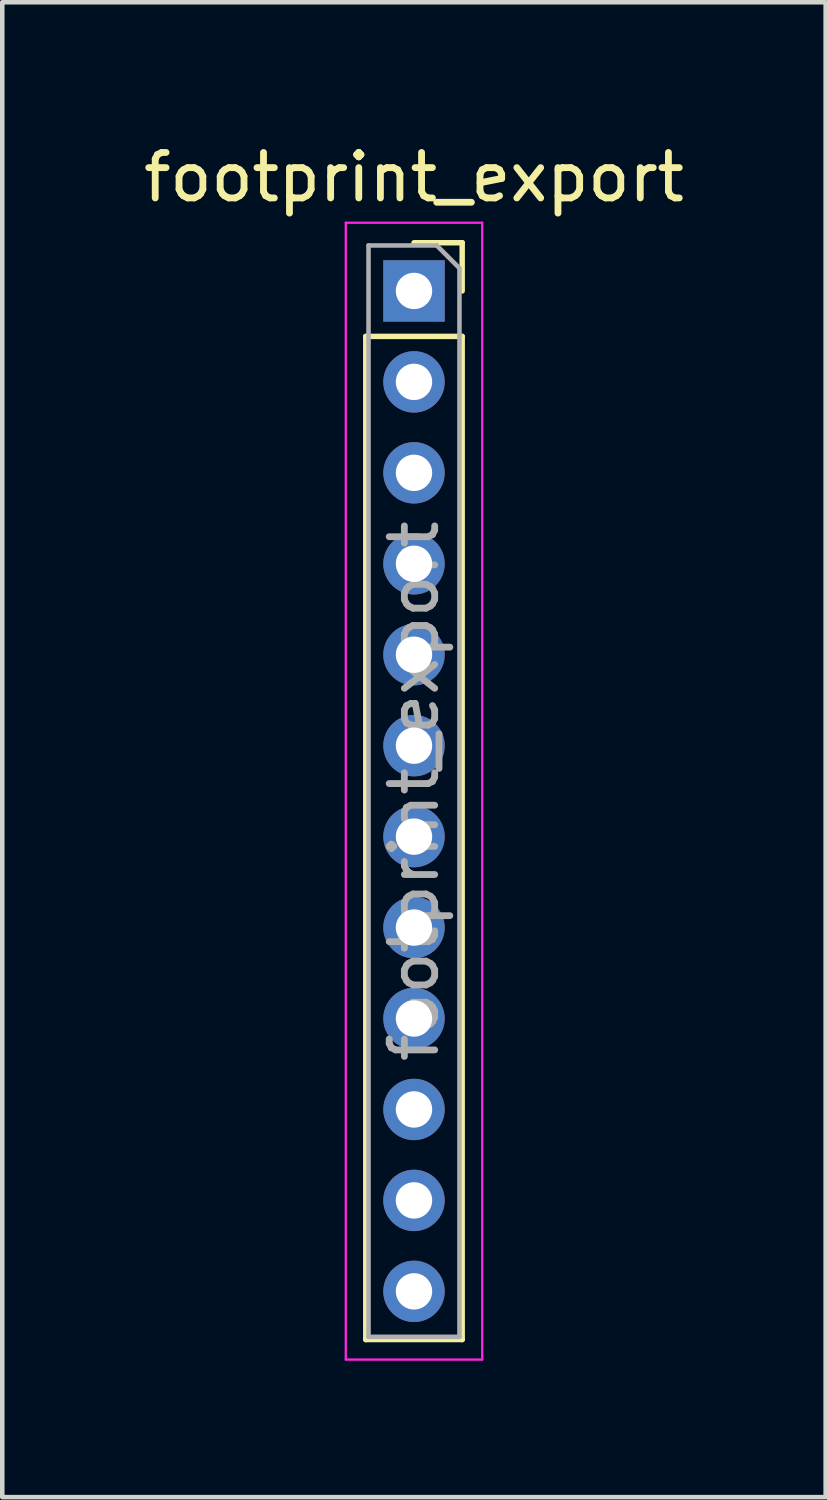
<source format=kicad_pcb>
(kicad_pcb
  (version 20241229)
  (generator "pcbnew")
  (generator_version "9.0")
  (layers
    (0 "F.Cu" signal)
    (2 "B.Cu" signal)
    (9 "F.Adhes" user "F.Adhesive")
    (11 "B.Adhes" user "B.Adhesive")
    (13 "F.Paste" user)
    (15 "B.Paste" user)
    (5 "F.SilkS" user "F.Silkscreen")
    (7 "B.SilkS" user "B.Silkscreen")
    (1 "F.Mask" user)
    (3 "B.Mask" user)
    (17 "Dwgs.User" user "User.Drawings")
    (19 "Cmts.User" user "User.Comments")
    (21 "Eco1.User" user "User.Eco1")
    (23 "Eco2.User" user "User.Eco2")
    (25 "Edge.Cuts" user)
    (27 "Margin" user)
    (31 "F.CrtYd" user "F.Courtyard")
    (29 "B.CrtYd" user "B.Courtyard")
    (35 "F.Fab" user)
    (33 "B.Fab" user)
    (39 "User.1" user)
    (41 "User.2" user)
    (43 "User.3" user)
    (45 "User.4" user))
  (footprint "footprint_export"
    (layer "F.Cu")
    (at 6.054 3.348)
    (property "Reference" "footprint_export" (at 0 -2.5 0) (layer "F.SilkS") (effects (font (size 1 1) (thickness 0.15))))
    (attr through_hole)
    (fp_line (start -1.06 1) (end -1.06 23.06) (stroke (width 0.12) (type solid)) (layer "F.SilkS"))
    (fp_line (start -1.06 1) (end 1.06 1) (stroke (width 0.12) (type solid)) (layer "F.SilkS"))
    (fp_line (start -1.06 23.06) (end 1.06 23.06) (stroke (width 0.12) (type solid)) (layer "F.SilkS"))
    (fp_line (start 0 -1.06) (end 1.06 -1.06) (stroke (width 0.12) (type solid)) (layer "F.SilkS"))
    (fp_line (start 1.06 -1.06) (end 1.06 0) (stroke (width 0.12) (type solid)) (layer "F.SilkS"))
    (fp_line (start 1.06 1) (end 1.06 23.06) (stroke (width 0.12) (type solid)) (layer "F.SilkS"))
    (fp_line (start -1.5 -1.5) (end 1.5 -1.5) (stroke (width 0.05) (type solid)) (layer "F.CrtYd"))
    (fp_line (start -1.5 23.5) (end -1.5 -1.5) (stroke (width 0.05) (type solid)) (layer "F.CrtYd"))
    (fp_line (start 1.5 -1.5) (end 1.5 23.5) (stroke (width 0.05) (type solid)) (layer "F.CrtYd"))
    (fp_line (start 1.5 23.5) (end -1.5 23.5) (stroke (width 0.05) (type solid)) (layer "F.CrtYd"))
    (fp_line (start -1 -1) (end 0.5 -1) (stroke (width 0.1) (type solid)) (layer "F.Fab"))
    (fp_line (start -1 23) (end -1 -1) (stroke (width 0.1) (type solid)) (layer "F.Fab"))
    (fp_line (start 0.5 -1) (end 1 -0.5) (stroke (width 0.1) (type solid)) (layer "F.Fab"))
    (fp_line (start 1 -0.5) (end 1 23) (stroke (width 0.1) (type solid)) (layer "F.Fab"))
    (fp_line (start 1 23) (end -1 23) (stroke (width 0.1) (type solid)) (layer "F.Fab"))
    (fp_text user "${REFERENCE}" (at 0 11 90) (layer "F.Fab") (effects (font (size 1 1) (thickness 0.15))))
    (pad "1" thru_hole rect (at 0 0) (size 1.35 1.35) (drill 0.8) (layers "*.Cu" "*.Mask"))
    (pad "2" thru_hole oval (at 0 2) (size 1.35 1.35) (drill 0.8) (layers "*.Cu" "*.Mask"))
    (pad "3" thru_hole oval (at 0 4) (size 1.35 1.35) (drill 0.8) (layers "*.Cu" "*.Mask"))
    (pad "4" thru_hole oval (at 0 6) (size 1.35 1.35) (drill 0.8) (layers "*.Cu" "*.Mask"))
    (pad "5" thru_hole oval (at 0 8) (size 1.35 1.35) (drill 0.8) (layers "*.Cu" "*.Mask"))
    (pad "6" thru_hole oval (at 0 10) (size 1.35 1.35) (drill 0.8) (layers "*.Cu" "*.Mask"))
    (pad "7" thru_hole oval (at 0 12) (size 1.35 1.35) (drill 0.8) (layers "*.Cu" "*.Mask"))
    (pad "8" thru_hole oval (at 0 14) (size 1.35 1.35) (drill 0.8) (layers "*.Cu" "*.Mask"))
    (pad "9" thru_hole oval (at 0 16) (size 1.35 1.35) (drill 0.8) (layers "*.Cu" "*.Mask"))
    (pad "10" thru_hole oval (at 0 18) (size 1.35 1.35) (drill 0.8) (layers "*.Cu" "*.Mask"))
    (pad "11" thru_hole oval (at 0 20) (size 1.35 1.35) (drill 0.8) (layers "*.Cu" "*.Mask"))
    (pad "12" thru_hole oval (at 0 22) (size 1.35 1.35) (drill 0.8) (layers "*.Cu" "*.Mask")))
  (gr_rect
    (start -3 -3)
    (end 15.107 29.873)
    (stroke (width 0.1) (type default))
    (fill no)
    (layer "Edge.Cuts")))
</source>
